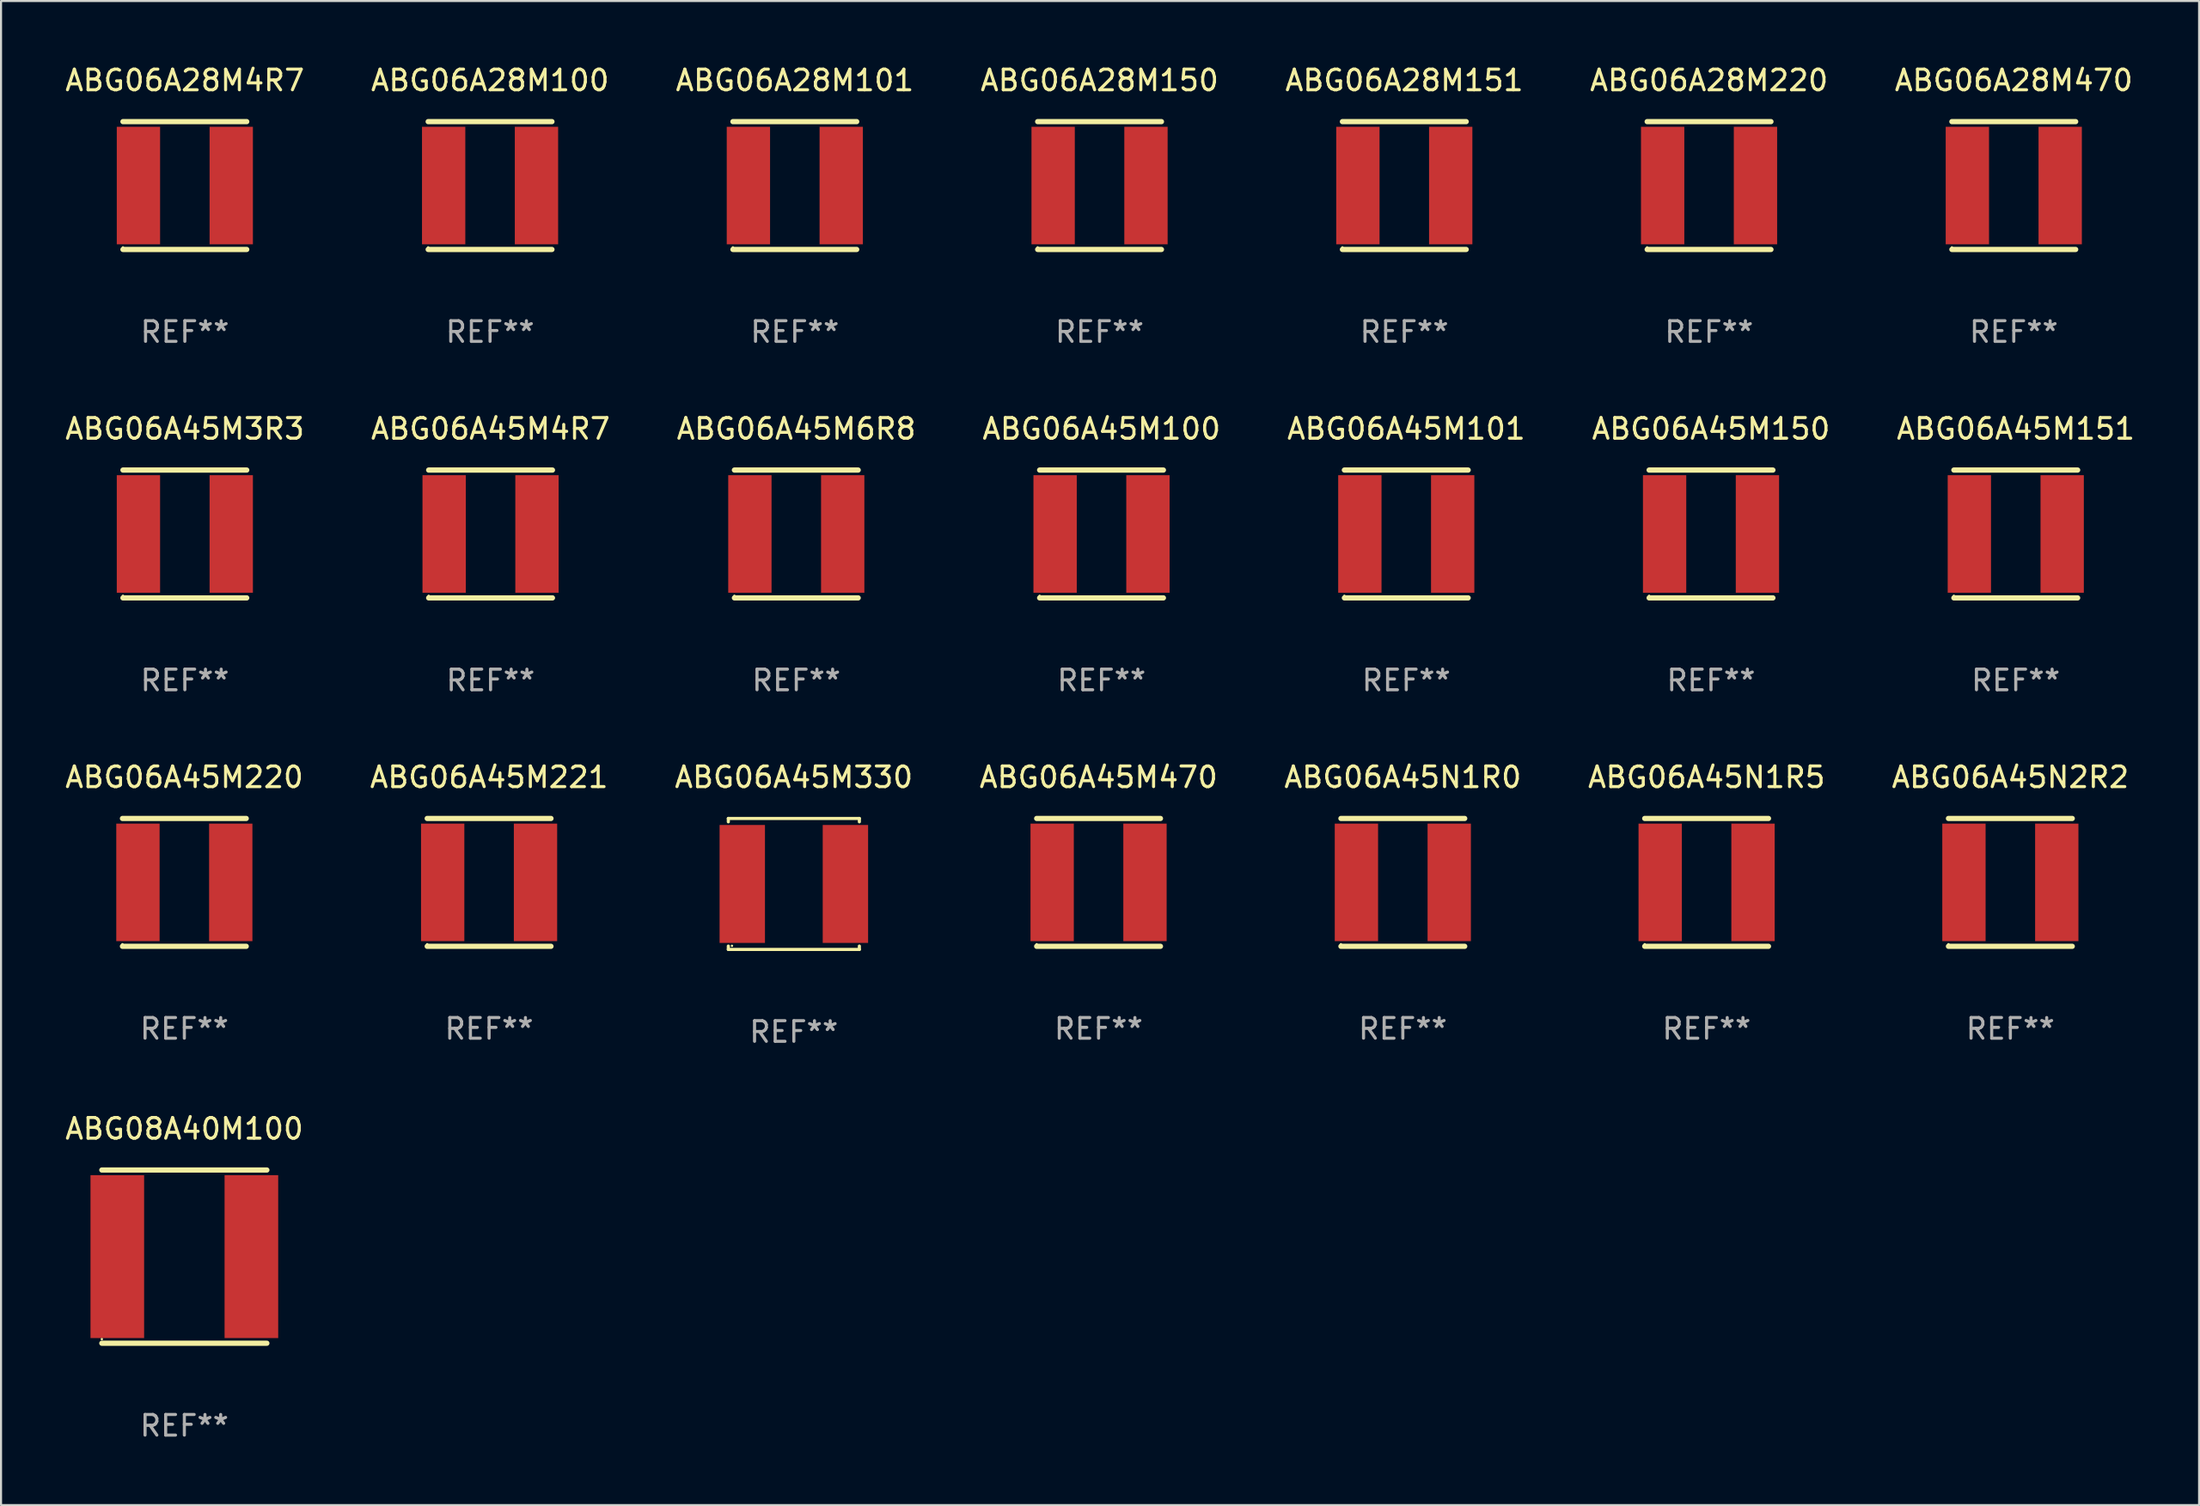
<source format=kicad_pcb>
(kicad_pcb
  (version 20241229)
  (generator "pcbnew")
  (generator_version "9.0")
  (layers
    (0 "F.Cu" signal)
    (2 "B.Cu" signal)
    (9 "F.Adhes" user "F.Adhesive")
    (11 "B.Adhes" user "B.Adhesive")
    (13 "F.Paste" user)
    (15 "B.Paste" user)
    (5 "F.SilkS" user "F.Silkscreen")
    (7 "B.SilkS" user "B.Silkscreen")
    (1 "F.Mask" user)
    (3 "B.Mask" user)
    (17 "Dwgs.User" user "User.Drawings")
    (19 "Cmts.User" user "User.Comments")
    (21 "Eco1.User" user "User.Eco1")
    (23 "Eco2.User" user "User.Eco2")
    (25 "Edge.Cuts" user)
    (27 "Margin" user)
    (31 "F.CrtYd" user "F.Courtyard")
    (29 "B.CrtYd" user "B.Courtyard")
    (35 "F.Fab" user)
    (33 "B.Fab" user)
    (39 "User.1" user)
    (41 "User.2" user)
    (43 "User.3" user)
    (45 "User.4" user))
  (footprint "ABG06A28M150"
    (layer "F.Cu")
    (at 50.256 5.948)
    (property "Reference" "ABG06A28M150" (at 0 -5.1 0) (layer "F.SilkS") (effects (font (size 1 1) (thickness 0.15))))
    (attr through_hole)
    (fp_line (start -3 -3.1) (end 3 -3.1) (stroke (width 0.254) (type solid)) (layer "F.SilkS"))
    (fp_line (start -3 3.1) (end 3 3.1) (stroke (width 0.254) (type solid)) (layer "F.SilkS"))
    (fp_circle (center -3 3) (end -2.97 3) (stroke (width 0.06) (type solid)) (fill no) (layer "F.SilkS"))
    (fp_text user "REF**" (at 0 7.1 0) (layer "F.Fab") (effects (font (size 1 1) (thickness 0.15))))
    (pad "1" smd rect (at -2.25 0) (size 2.1 5.7) (layers "F.Cu" "F.Mask" "F.Paste"))
    (pad "2" smd rect (at 2.25 0) (size 2.1 5.7) (layers "F.Cu" "F.Mask" "F.Paste")))
  (footprint "ABG06A45N2R2"
    (layer "F.Cu")
    (at 94.411 39.741)
    (property "Reference" "ABG06A45N2R2" (at 0 -5.1 0) (layer "F.SilkS") (effects (font (size 1 1) (thickness 0.15))))
    (attr through_hole)
    (fp_line (start -3 -3.1) (end 3 -3.1) (stroke (width 0.254) (type solid)) (layer "F.SilkS"))
    (fp_line (start -3 3.1) (end 3 3.1) (stroke (width 0.254) (type solid)) (layer "F.SilkS"))
    (fp_circle (center -3 3) (end -2.97 3) (stroke (width 0.06) (type solid)) (fill no) (layer "F.SilkS"))
    (fp_text user "REF**" (at 0 7.1 0) (layer "F.Fab") (effects (font (size 1 1) (thickness 0.15))))
    (pad "1" smd rect (at -2.25 0) (size 2.1 5.7) (layers "F.Cu" "F.Mask" "F.Paste"))
    (pad "2" smd rect (at 2.25 0) (size 2.1 5.7) (layers "F.Cu" "F.Mask" "F.Paste")))
  (footprint "ABG06A28M151"
    (layer "F.Cu")
    (at 65.03 5.948)
    (property "Reference" "ABG06A28M151" (at 0 -5.1 0) (layer "F.SilkS") (effects (font (size 1 1) (thickness 0.15))))
    (attr through_hole)
    (fp_line (start -3 -3.1) (end 3 -3.1) (stroke (width 0.254) (type solid)) (layer "F.SilkS"))
    (fp_line (start -3 3.1) (end 3 3.1) (stroke (width 0.254) (type solid)) (layer "F.SilkS"))
    (fp_circle (center -3 3) (end -2.97 3) (stroke (width 0.06) (type solid)) (fill no) (layer "F.SilkS"))
    (fp_text user "REF**" (at 0 7.1 0) (layer "F.Fab") (effects (font (size 1 1) (thickness 0.15))))
    (pad "1" smd rect (at -2.25 0) (size 2.1 5.7) (layers "F.Cu" "F.Mask" "F.Paste"))
    (pad "2" smd rect (at 2.25 0) (size 2.1 5.7) (layers "F.Cu" "F.Mask" "F.Paste")))
  (footprint "ABG06A45M100"
    (layer "F.Cu")
    (at 50.351 22.845)
    (property "Reference" "ABG06A45M100" (at 0 -5.1 0) (layer "F.SilkS") (effects (font (size 1 1) (thickness 0.15))))
    (attr through_hole)
    (fp_line (start -3 -3.1) (end 3 -3.1) (stroke (width 0.254) (type solid)) (layer "F.SilkS"))
    (fp_line (start -3 3.1) (end 3 3.1) (stroke (width 0.254) (type solid)) (layer "F.SilkS"))
    (fp_circle (center -3 3) (end -2.97 3) (stroke (width 0.06) (type solid)) (fill no) (layer "F.SilkS"))
    (fp_text user "REF**" (at 0 7.1 0) (layer "F.Fab") (effects (font (size 1 1) (thickness 0.15))))
    (pad "1" smd rect (at -2.25 0) (size 2.1 5.7) (layers "F.Cu" "F.Mask" "F.Paste"))
    (pad "2" smd rect (at 2.25 0) (size 2.1 5.7) (layers "F.Cu" "F.Mask" "F.Paste")))
  (footprint "ABG06A45M221"
    (layer "F.Cu")
    (at 20.661 39.741)
    (property "Reference" "ABG06A45M221" (at 0 -5.1 0) (layer "F.SilkS") (effects (font (size 1 1) (thickness 0.15))))
    (attr through_hole)
    (fp_line (start -3 -3.1) (end 3 -3.1) (stroke (width 0.254) (type solid)) (layer "F.SilkS"))
    (fp_line (start -3 3.1) (end 3 3.1) (stroke (width 0.254) (type solid)) (layer "F.SilkS"))
    (fp_circle (center -3 3) (end -2.97 3) (stroke (width 0.06) (type solid)) (fill no) (layer "F.SilkS"))
    (fp_text user "REF**" (at 0 7.1 0) (layer "F.Fab") (effects (font (size 1 1) (thickness 0.15))))
    (pad "1" smd rect (at -2.25 0) (size 2.1 5.7) (layers "F.Cu" "F.Mask" "F.Paste"))
    (pad "2" smd rect (at 2.25 0) (size 2.1 5.7) (layers "F.Cu" "F.Mask" "F.Paste")))
  (footprint "ABG06A45M101"
    (layer "F.Cu")
    (at 65.125 22.845)
    (property "Reference" "ABG06A45M101" (at 0 -5.1 0) (layer "F.SilkS") (effects (font (size 1 1) (thickness 0.15))))
    (attr through_hole)
    (fp_line (start -3 -3.1) (end 3 -3.1) (stroke (width 0.254) (type solid)) (layer "F.SilkS"))
    (fp_line (start -3 3.1) (end 3 3.1) (stroke (width 0.254) (type solid)) (layer "F.SilkS"))
    (fp_circle (center -3 3) (end -2.97 3) (stroke (width 0.06) (type solid)) (fill no) (layer "F.SilkS"))
    (fp_text user "REF**" (at 0 7.1 0) (layer "F.Fab") (effects (font (size 1 1) (thickness 0.15))))
    (pad "1" smd rect (at -2.25 0) (size 2.1 5.7) (layers "F.Cu" "F.Mask" "F.Paste"))
    (pad "2" smd rect (at 2.25 0) (size 2.1 5.7) (layers "F.Cu" "F.Mask" "F.Paste")))
  (footprint "ABG06A45M6R8"
    (layer "F.Cu")
    (at 35.554 22.845)
    (property "Reference" "ABG06A45M6R8" (at 0 -5.1 0) (layer "F.SilkS") (effects (font (size 1 1) (thickness 0.15))))
    (attr through_hole)
    (fp_line (start -3 -3.1) (end 3 -3.1) (stroke (width 0.254) (type solid)) (layer "F.SilkS"))
    (fp_line (start -3 3.1) (end 3 3.1) (stroke (width 0.254) (type solid)) (layer "F.SilkS"))
    (fp_circle (center -3 3) (end -2.97 3) (stroke (width 0.06) (type solid)) (fill no) (layer "F.SilkS"))
    (fp_text user "REF**" (at 0 7.1 0) (layer "F.Fab") (effects (font (size 1 1) (thickness 0.15))))
    (pad "1" smd rect (at -2.25 0) (size 2.1 5.7) (layers "F.Cu" "F.Mask" "F.Paste"))
    (pad "2" smd rect (at 2.25 0) (size 2.1 5.7) (layers "F.Cu" "F.Mask" "F.Paste")))
  (footprint "ABG06A45M150"
    (layer "F.Cu")
    (at 79.899 22.845)
    (property "Reference" "ABG06A45M150" (at 0 -5.1 0) (layer "F.SilkS") (effects (font (size 1 1) (thickness 0.15))))
    (attr through_hole)
    (fp_line (start -3 -3.1) (end 3 -3.1) (stroke (width 0.254) (type solid)) (layer "F.SilkS"))
    (fp_line (start -3 3.1) (end 3 3.1) (stroke (width 0.254) (type solid)) (layer "F.SilkS"))
    (fp_circle (center -3 3) (end -2.97 3) (stroke (width 0.06) (type solid)) (fill no) (layer "F.SilkS"))
    (fp_text user "REF**" (at 0 7.1 0) (layer "F.Fab") (effects (font (size 1 1) (thickness 0.15))))
    (pad "1" smd rect (at -2.25 0) (size 2.1 5.7) (layers "F.Cu" "F.Mask" "F.Paste"))
    (pad "2" smd rect (at 2.25 0) (size 2.1 5.7) (layers "F.Cu" "F.Mask" "F.Paste")))
  (footprint "ABG06A45N1R0"
    (layer "F.Cu")
    (at 64.958 39.741)
    (property "Reference" "ABG06A45N1R0" (at 0 -5.1 0) (layer "F.SilkS") (effects (font (size 1 1) (thickness 0.15))))
    (attr through_hole)
    (fp_line (start -3 -3.1) (end 3 -3.1) (stroke (width 0.254) (type solid)) (layer "F.SilkS"))
    (fp_line (start -3 3.1) (end 3 3.1) (stroke (width 0.254) (type solid)) (layer "F.SilkS"))
    (fp_circle (center -3 3) (end -2.97 3) (stroke (width 0.06) (type solid)) (fill no) (layer "F.SilkS"))
    (fp_text user "REF**" (at 0 7.1 0) (layer "F.Fab") (effects (font (size 1 1) (thickness 0.15))))
    (pad "1" smd rect (at -2.25 0) (size 2.1 5.7) (layers "F.Cu" "F.Mask" "F.Paste"))
    (pad "2" smd rect (at 2.25 0) (size 2.1 5.7) (layers "F.Cu" "F.Mask" "F.Paste")))
  (footprint "ABG06A28M220"
    (layer "F.Cu")
    (at 79.804 5.948)
    (property "Reference" "ABG06A28M220" (at 0 -5.1 0) (layer "F.SilkS") (effects (font (size 1 1) (thickness 0.15))))
    (attr through_hole)
    (fp_line (start -3 -3.1) (end 3 -3.1) (stroke (width 0.254) (type solid)) (layer "F.SilkS"))
    (fp_line (start -3 3.1) (end 3 3.1) (stroke (width 0.254) (type solid)) (layer "F.SilkS"))
    (fp_circle (center -3 3) (end -2.97 3) (stroke (width 0.06) (type solid)) (fill no) (layer "F.SilkS"))
    (fp_text user "REF**" (at 0 7.1 0) (layer "F.Fab") (effects (font (size 1 1) (thickness 0.15))))
    (pad "1" smd rect (at -2.25 0) (size 2.1 5.7) (layers "F.Cu" "F.Mask" "F.Paste"))
    (pad "2" smd rect (at 2.25 0) (size 2.1 5.7) (layers "F.Cu" "F.Mask" "F.Paste")))
  (footprint "ABG06A45M470"
    (layer "F.Cu")
    (at 50.208 39.741)
    (property "Reference" "ABG06A45M470" (at 0 -5.1 0) (layer "F.SilkS") (effects (font (size 1 1) (thickness 0.15))))
    (attr through_hole)
    (fp_line (start -3 -3.1) (end 3 -3.1) (stroke (width 0.254) (type solid)) (layer "F.SilkS"))
    (fp_line (start -3 3.1) (end 3 3.1) (stroke (width 0.254) (type solid)) (layer "F.SilkS"))
    (fp_circle (center -3 3) (end -2.97 3) (stroke (width 0.06) (type solid)) (fill no) (layer "F.SilkS"))
    (fp_text user "REF**" (at 0 7.1 0) (layer "F.Fab") (effects (font (size 1 1) (thickness 0.15))))
    (pad "1" smd rect (at -2.25 0) (size 2.1 5.7) (layers "F.Cu" "F.Mask" "F.Paste"))
    (pad "2" smd rect (at 2.25 0) (size 2.1 5.7) (layers "F.Cu" "F.Mask" "F.Paste")))
  (footprint "ABG06A45M4R7"
    (layer "F.Cu")
    (at 20.732 22.845)
    (property "Reference" "ABG06A45M4R7" (at 0 -5.1 0) (layer "F.SilkS") (effects (font (size 1 1) (thickness 0.15))))
    (attr through_hole)
    (fp_line (start -3 -3.1) (end 3 -3.1) (stroke (width 0.254) (type solid)) (layer "F.SilkS"))
    (fp_line (start -3 3.1) (end 3 3.1) (stroke (width 0.254) (type solid)) (layer "F.SilkS"))
    (fp_circle (center -3 3) (end -2.97 3) (stroke (width 0.06) (type solid)) (fill no) (layer "F.SilkS"))
    (fp_text user "REF**" (at 0 7.1 0) (layer "F.Fab") (effects (font (size 1 1) (thickness 0.15))))
    (pad "1" smd rect (at -2.25 0) (size 2.1 5.7) (layers "F.Cu" "F.Mask" "F.Paste"))
    (pad "2" smd rect (at 2.25 0) (size 2.1 5.7) (layers "F.Cu" "F.Mask" "F.Paste")))
  (footprint "ABG06A45M220"
    (layer "F.Cu")
    (at 5.887 39.741)
    (property "Reference" "ABG06A45M220" (at 0 -5.1 0) (layer "F.SilkS") (effects (font (size 1 1) (thickness 0.15))))
    (attr through_hole)
    (fp_line (start -3 -3.1) (end 3 -3.1) (stroke (width 0.254) (type solid)) (layer "F.SilkS"))
    (fp_line (start -3 3.1) (end 3 3.1) (stroke (width 0.254) (type solid)) (layer "F.SilkS"))
    (fp_circle (center -3 3) (end -2.97 3) (stroke (width 0.06) (type solid)) (fill no) (layer "F.SilkS"))
    (fp_text user "REF**" (at 0 7.1 0) (layer "F.Fab") (effects (font (size 1 1) (thickness 0.15))))
    (pad "1" smd rect (at -2.25 0) (size 2.1 5.7) (layers "F.Cu" "F.Mask" "F.Paste"))
    (pad "2" smd rect (at 2.25 0) (size 2.1 5.7) (layers "F.Cu" "F.Mask" "F.Paste")))
  (footprint "ABG06A28M470"
    (layer "F.Cu")
    (at 94.577 5.948)
    (property "Reference" "ABG06A28M470" (at 0 -5.1 0) (layer "F.SilkS") (effects (font (size 1 1) (thickness 0.15))))
    (attr through_hole)
    (fp_line (start -3 -3.1) (end 3 -3.1) (stroke (width 0.254) (type solid)) (layer "F.SilkS"))
    (fp_line (start -3 3.1) (end 3 3.1) (stroke (width 0.254) (type solid)) (layer "F.SilkS"))
    (fp_circle (center -3 3) (end -2.97 3) (stroke (width 0.06) (type solid)) (fill no) (layer "F.SilkS"))
    (fp_text user "REF**" (at 0 7.1 0) (layer "F.Fab") (effects (font (size 1 1) (thickness 0.15))))
    (pad "1" smd rect (at -2.25 0) (size 2.1 5.7) (layers "F.Cu" "F.Mask" "F.Paste"))
    (pad "2" smd rect (at 2.25 0) (size 2.1 5.7) (layers "F.Cu" "F.Mask" "F.Paste")))
  (footprint "ABG06A45M151"
    (layer "F.Cu")
    (at 94.673 22.845)
    (property "Reference" "ABG06A45M151" (at 0 -5.1 0) (layer "F.SilkS") (effects (font (size 1 1) (thickness 0.15))))
    (attr through_hole)
    (fp_line (start -3 -3.1) (end 3 -3.1) (stroke (width 0.254) (type solid)) (layer "F.SilkS"))
    (fp_line (start -3 3.1) (end 3 3.1) (stroke (width 0.254) (type solid)) (layer "F.SilkS"))
    (fp_circle (center -3 3) (end -2.97 3) (stroke (width 0.06) (type solid)) (fill no) (layer "F.SilkS"))
    (fp_text user "REF**" (at 0 7.1 0) (layer "F.Fab") (effects (font (size 1 1) (thickness 0.15))))
    (pad "1" smd rect (at -2.25 0) (size 2.1 5.7) (layers "F.Cu" "F.Mask" "F.Paste"))
    (pad "2" smd rect (at 2.25 0) (size 2.1 5.7) (layers "F.Cu" "F.Mask" "F.Paste")))
  (footprint "ABG08A40M100"
    (layer "F.Cu")
    (at 5.887 57.89)
    (property "Reference" "ABG08A40M100" (at 0 -6.2 0) (layer "F.SilkS") (effects (font (size 1 1) (thickness 0.15))))
    (attr through_hole)
    (fp_line (start -4 -4.2) (end 4 -4.2) (stroke (width 0.254) (type solid)) (layer "F.SilkS"))
    (fp_line (start -4 4.2) (end 4 4.2) (stroke (width 0.254) (type solid)) (layer "F.SilkS"))
    (fp_circle (center -4 4) (end -3.97 4) (stroke (width 0.06) (type solid)) (fill no) (layer "F.SilkS"))
    (fp_text user "REF**" (at 0 8.2 0) (layer "F.Fab") (effects (font (size 1 1) (thickness 0.15))))
    (pad "1" smd rect (at -3.25 0) (size 2.6 7.9) (layers "F.Cu" "F.Mask" "F.Paste"))
    (pad "2" smd rect (at 3.25 0) (size 2.6 7.9) (layers "F.Cu" "F.Mask" "F.Paste")))
  (footprint "ABG06A28M4R7"
    (layer "F.Cu")
    (at 5.911 5.948)
    (property "Reference" "ABG06A28M4R7" (at 0 -5.1 0) (layer "F.SilkS") (effects (font (size 1 1) (thickness 0.15))))
    (attr through_hole)
    (fp_line (start -3 -3.1) (end 3 -3.1) (stroke (width 0.254) (type solid)) (layer "F.SilkS"))
    (fp_line (start -3 3.1) (end 3 3.1) (stroke (width 0.254) (type solid)) (layer "F.SilkS"))
    (fp_circle (center -3 3) (end -2.97 3) (stroke (width 0.06) (type solid)) (fill no) (layer "F.SilkS"))
    (fp_text user "REF**" (at 0 7.1 0) (layer "F.Fab") (effects (font (size 1 1) (thickness 0.15))))
    (pad "1" smd rect (at -2.25 0) (size 2.1 5.7) (layers "F.Cu" "F.Mask" "F.Paste"))
    (pad "2" smd rect (at 2.25 0) (size 2.1 5.7) (layers "F.Cu" "F.Mask" "F.Paste")))
  (footprint "ABG06A45M3R3"
    (layer "F.Cu")
    (at 5.911 22.845)
    (property "Reference" "ABG06A45M3R3" (at 0 -5.1 0) (layer "F.SilkS") (effects (font (size 1 1) (thickness 0.15))))
    (attr through_hole)
    (fp_line (start -3 -3.1) (end 3 -3.1) (stroke (width 0.254) (type solid)) (layer "F.SilkS"))
    (fp_line (start -3 3.1) (end 3 3.1) (stroke (width 0.254) (type solid)) (layer "F.SilkS"))
    (fp_circle (center -3 3) (end -2.97 3) (stroke (width 0.06) (type solid)) (fill no) (layer "F.SilkS"))
    (fp_text user "REF**" (at 0 7.1 0) (layer "F.Fab") (effects (font (size 1 1) (thickness 0.15))))
    (pad "1" smd rect (at -2.25 0) (size 2.1 5.7) (layers "F.Cu" "F.Mask" "F.Paste"))
    (pad "2" smd rect (at 2.25 0) (size 2.1 5.7) (layers "F.Cu" "F.Mask" "F.Paste")))
  (footprint "ABG06A45M330"
    (layer "F.Cu")
    (at 35.435 39.817)
    (property "Reference" "ABG06A45M330" (at 0 -5.176 0) (layer "F.SilkS") (effects (font (size 1 1) (thickness 0.15))))
    (attr through_hole)
    (fp_line (start -3.176 -3.176) (end 3.176 -3.176) (stroke (width 0.152) (type solid)) (layer "F.SilkS"))
    (fp_line (start -3.176 -3.012) (end -3.176 -3.176) (stroke (width 0.152) (type solid)) (layer "F.SilkS"))
    (fp_line (start -3.176 3.012) (end -3.176 3.176) (stroke (width 0.152) (type solid)) (layer "F.SilkS"))
    (fp_line (start -3.176 3.176) (end 3.176 3.176) (stroke (width 0.152) (type solid)) (layer "F.SilkS"))
    (fp_line (start 3.176 -3.176) (end 3.176 -3.012) (stroke (width 0.152) (type solid)) (layer "F.SilkS"))
    (fp_line (start 3.176 3.176) (end 3.176 3.012) (stroke (width 0.152) (type solid)) (layer "F.SilkS"))
    (fp_circle (center -3 3) (end -2.97 3) (stroke (width 0.06) (type solid)) (fill no) (layer "F.SilkS"))
    (fp_text user "REF**" (at 0 7.176 0) (layer "F.Fab") (effects (font (size 1 1) (thickness 0.15))))
    (pad "1" smd rect (at -2.5 0) (size 2.2 5.72) (layers "F.Cu" "F.Mask" "F.Paste"))
    (pad "2" smd rect (at 2.5 0) (size 2.2 5.72) (layers "F.Cu" "F.Mask" "F.Paste")))
  (footprint "ABG06A28M100"
    (layer "F.Cu")
    (at 20.708 5.948)
    (property "Reference" "ABG06A28M100" (at 0 -5.1 0) (layer "F.SilkS") (effects (font (size 1 1) (thickness 0.15))))
    (attr through_hole)
    (fp_line (start -3 -3.1) (end 3 -3.1) (stroke (width 0.254) (type solid)) (layer "F.SilkS"))
    (fp_line (start -3 3.1) (end 3 3.1) (stroke (width 0.254) (type solid)) (layer "F.SilkS"))
    (fp_circle (center -3 3) (end -2.97 3) (stroke (width 0.06) (type solid)) (fill no) (layer "F.SilkS"))
    (fp_text user "REF**" (at 0 7.1 0) (layer "F.Fab") (effects (font (size 1 1) (thickness 0.15))))
    (pad "1" smd rect (at -2.25 0) (size 2.1 5.7) (layers "F.Cu" "F.Mask" "F.Paste"))
    (pad "2" smd rect (at 2.25 0) (size 2.1 5.7) (layers "F.Cu" "F.Mask" "F.Paste")))
  (footprint "ABG06A45N1R5"
    (layer "F.Cu")
    (at 79.685 39.741)
    (property "Reference" "ABG06A45N1R5" (at 0 -5.1 0) (layer "F.SilkS") (effects (font (size 1 1) (thickness 0.15))))
    (attr through_hole)
    (fp_line (start -3 -3.1) (end 3 -3.1) (stroke (width 0.254) (type solid)) (layer "F.SilkS"))
    (fp_line (start -3 3.1) (end 3 3.1) (stroke (width 0.254) (type solid)) (layer "F.SilkS"))
    (fp_circle (center -3 3) (end -2.97 3) (stroke (width 0.06) (type solid)) (fill no) (layer "F.SilkS"))
    (fp_text user "REF**" (at 0 7.1 0) (layer "F.Fab") (effects (font (size 1 1) (thickness 0.15))))
    (pad "1" smd rect (at -2.25 0) (size 2.1 5.7) (layers "F.Cu" "F.Mask" "F.Paste"))
    (pad "2" smd rect (at 2.25 0) (size 2.1 5.7) (layers "F.Cu" "F.Mask" "F.Paste")))
  (footprint "ABG06A28M101"
    (layer "F.Cu")
    (at 35.482 5.948)
    (property "Reference" "ABG06A28M101" (at 0 -5.1 0) (layer "F.SilkS") (effects (font (size 1 1) (thickness 0.15))))
    (attr through_hole)
    (fp_line (start -3 -3.1) (end 3 -3.1) (stroke (width 0.254) (type solid)) (layer "F.SilkS"))
    (fp_line (start -3 3.1) (end 3 3.1) (stroke (width 0.254) (type solid)) (layer "F.SilkS"))
    (fp_circle (center -3 3) (end -2.97 3) (stroke (width 0.06) (type solid)) (fill no) (layer "F.SilkS"))
    (fp_text user "REF**" (at 0 7.1 0) (layer "F.Fab") (effects (font (size 1 1) (thickness 0.15))))
    (pad "1" smd rect (at -2.25 0) (size 2.1 5.7) (layers "F.Cu" "F.Mask" "F.Paste"))
    (pad "2" smd rect (at 2.25 0) (size 2.1 5.7) (layers "F.Cu" "F.Mask" "F.Paste")))
  (gr_rect
    (start -3 -3)
    (end 103.56 69.938)
    (stroke (width 0.1) (type default))
    (fill no)
    (layer "Edge.Cuts")))
</source>
